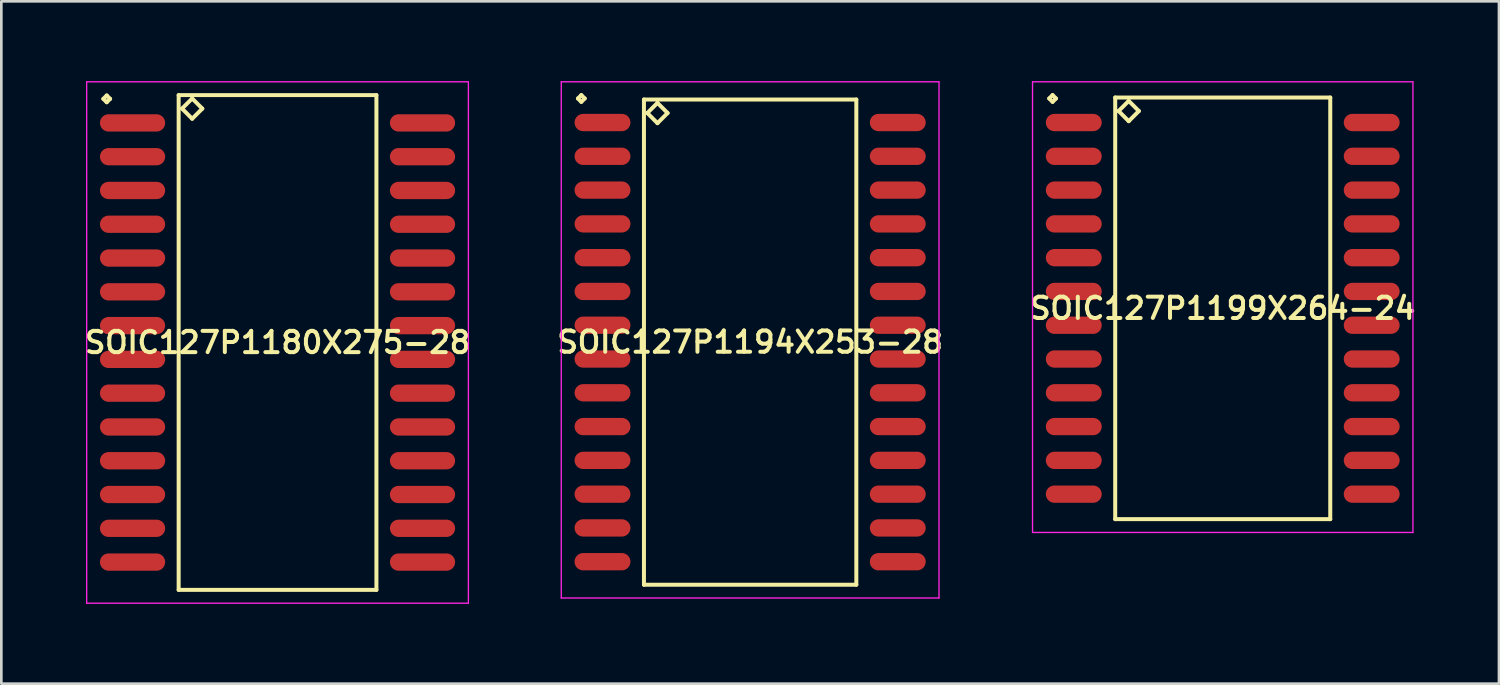
<source format=kicad_pcb>
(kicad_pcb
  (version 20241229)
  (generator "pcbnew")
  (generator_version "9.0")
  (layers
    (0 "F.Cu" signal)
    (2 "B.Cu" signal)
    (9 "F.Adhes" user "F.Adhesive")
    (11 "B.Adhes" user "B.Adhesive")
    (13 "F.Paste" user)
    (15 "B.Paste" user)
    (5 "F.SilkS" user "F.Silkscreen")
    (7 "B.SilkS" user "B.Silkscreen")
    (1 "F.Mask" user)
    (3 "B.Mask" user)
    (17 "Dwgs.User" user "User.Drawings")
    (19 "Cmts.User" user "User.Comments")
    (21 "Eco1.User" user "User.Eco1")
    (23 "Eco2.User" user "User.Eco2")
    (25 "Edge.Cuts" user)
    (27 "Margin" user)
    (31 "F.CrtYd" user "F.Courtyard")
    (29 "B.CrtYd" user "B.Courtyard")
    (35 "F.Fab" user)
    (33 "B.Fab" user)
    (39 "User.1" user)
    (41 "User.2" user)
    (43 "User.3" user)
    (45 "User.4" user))
  (footprint "SOIC127P1180X275-28"
    (layer "F.Cu")
    (at 7.383 9.825)
    (property "Reference" "SOIC127P1180X275-28" (at 0 0 0) (layer "F.SilkS") (effects (font (size 0.8 0.8) (thickness 0.15))))
    (attr smd)
    (fp_line (start -6.548 -9.159) (end -6.421 -9.286) (stroke (width 0.15) (type solid)) (layer "F.SilkS"))
    (fp_line (start -6.421 -9.286) (end -6.294 -9.159) (stroke (width 0.15) (type solid)) (layer "F.SilkS"))
    (fp_line (start -6.421 -9.032) (end -6.548 -9.159) (stroke (width 0.15) (type solid)) (layer "F.SilkS"))
    (fp_line (start -6.294 -9.159) (end -6.421 -9.032) (stroke (width 0.15) (type solid)) (layer "F.SilkS"))
    (fp_line (start -3.717 -9.3) (end -3.717 9.3) (stroke (width 0.15) (type solid)) (layer "F.SilkS"))
    (fp_line (start -3.717 9.3) (end 3.717 9.3) (stroke (width 0.15) (type solid)) (layer "F.SilkS"))
    (fp_line (start -3.59 -8.792) (end -3.209 -9.173) (stroke (width 0.15) (type solid)) (layer "F.SilkS"))
    (fp_line (start -3.209 -9.173) (end -2.828 -8.792) (stroke (width 0.15) (type solid)) (layer "F.SilkS"))
    (fp_line (start -3.209 -8.411) (end -3.59 -8.792) (stroke (width 0.15) (type solid)) (layer "F.SilkS"))
    (fp_line (start -2.828 -8.792) (end -3.209 -8.411) (stroke (width 0.15) (type solid)) (layer "F.SilkS"))
    (fp_line (start 3.717 -9.3) (end -3.717 -9.3) (stroke (width 0.15) (type solid)) (layer "F.SilkS"))
    (fp_line (start 3.717 9.3) (end 3.717 -9.3) (stroke (width 0.15) (type solid)) (layer "F.SilkS"))
    (fp_line (start -7.175 -9.8) (end 7.175 -9.8) (stroke (width 0.05) (type solid)) (layer "F.CrtYd"))
    (fp_line (start -7.175 9.8) (end -7.175 -9.8) (stroke (width 0.05) (type solid)) (layer "F.CrtYd"))
    (fp_line (start 7.175 -9.8) (end 7.175 9.8) (stroke (width 0.05) (type solid)) (layer "F.CrtYd"))
    (fp_line (start 7.175 9.8) (end -7.175 9.8) (stroke (width 0.05) (type solid)) (layer "F.CrtYd"))
    (pad "1" smd oval (at -5.45 -8.255) (size 2.45 0.65) (layers "F.Cu" "F.Mask" "F.Paste"))
    (pad "2" smd oval (at -5.45 -6.985) (size 2.45 0.65) (layers "F.Cu" "F.Mask" "F.Paste"))
    (pad "3" smd oval (at -5.45 -5.715) (size 2.45 0.65) (layers "F.Cu" "F.Mask" "F.Paste"))
    (pad "4" smd oval (at -5.45 -4.445) (size 2.45 0.65) (layers "F.Cu" "F.Mask" "F.Paste"))
    (pad "5" smd oval (at -5.45 -3.175) (size 2.45 0.65) (layers "F.Cu" "F.Mask" "F.Paste"))
    (pad "6" smd oval (at -5.45 -1.905) (size 2.45 0.65) (layers "F.Cu" "F.Mask" "F.Paste"))
    (pad "7" smd oval (at -5.45 -0.635) (size 2.45 0.65) (layers "F.Cu" "F.Mask" "F.Paste"))
    (pad "8" smd oval (at -5.45 0.635) (size 2.45 0.65) (layers "F.Cu" "F.Mask" "F.Paste"))
    (pad "9" smd oval (at -5.45 1.905) (size 2.45 0.65) (layers "F.Cu" "F.Mask" "F.Paste"))
    (pad "10" smd oval (at -5.45 3.175) (size 2.45 0.65) (layers "F.Cu" "F.Mask" "F.Paste"))
    (pad "11" smd oval (at -5.45 4.445) (size 2.45 0.65) (layers "F.Cu" "F.Mask" "F.Paste"))
    (pad "12" smd oval (at -5.45 5.715) (size 2.45 0.65) (layers "F.Cu" "F.Mask" "F.Paste"))
    (pad "13" smd oval (at -5.45 6.985) (size 2.45 0.65) (layers "F.Cu" "F.Mask" "F.Paste"))
    (pad "14" smd oval (at -5.45 8.255) (size 2.45 0.65) (layers "F.Cu" "F.Mask" "F.Paste"))
    (pad "15" smd oval (at 5.45 8.255) (size 2.45 0.65) (layers "F.Cu" "F.Mask" "F.Paste"))
    (pad "16" smd oval (at 5.45 6.985) (size 2.45 0.65) (layers "F.Cu" "F.Mask" "F.Paste"))
    (pad "17" smd oval (at 5.45 5.715) (size 2.45 0.65) (layers "F.Cu" "F.Mask" "F.Paste"))
    (pad "18" smd oval (at 5.45 4.445) (size 2.45 0.65) (layers "F.Cu" "F.Mask" "F.Paste"))
    (pad "19" smd oval (at 5.45 3.175) (size 2.45 0.65) (layers "F.Cu" "F.Mask" "F.Paste"))
    (pad "20" smd oval (at 5.45 1.905) (size 2.45 0.65) (layers "F.Cu" "F.Mask" "F.Paste"))
    (pad "21" smd oval (at 5.45 0.635) (size 2.45 0.65) (layers "F.Cu" "F.Mask" "F.Paste"))
    (pad "22" smd oval (at 5.45 -0.635) (size 2.45 0.65) (layers "F.Cu" "F.Mask" "F.Paste"))
    (pad "23" smd oval (at 5.45 -1.905) (size 2.45 0.65) (layers "F.Cu" "F.Mask" "F.Paste"))
    (pad "24" smd oval (at 5.45 -3.175) (size 2.45 0.65) (layers "F.Cu" "F.Mask" "F.Paste"))
    (pad "25" smd oval (at 5.45 -4.445) (size 2.45 0.65) (layers "F.Cu" "F.Mask" "F.Paste"))
    (pad "26" smd oval (at 5.45 -5.715) (size 2.45 0.65) (layers "F.Cu" "F.Mask" "F.Paste"))
    (pad "27" smd oval (at 5.45 -6.985) (size 2.45 0.65) (layers "F.Cu" "F.Mask" "F.Paste"))
    (pad "28" smd oval (at 5.45 -8.255) (size 2.45 0.65) (layers "F.Cu" "F.Mask" "F.Paste")))
  (footprint "SOIC127P1194X253-28"
    (layer "F.Cu")
    (at 25.149 9.811)
    (property "Reference" "SOIC127P1194X253-28" (at 0 0 0) (layer "F.SilkS") (effects (font (size 0.8 0.8) (thickness 0.15))))
    (attr smd)
    (fp_line (start -6.473 -9.159) (end -6.346 -9.286) (stroke (width 0.15) (type solid)) (layer "F.SilkS"))
    (fp_line (start -6.346 -9.286) (end -6.219 -9.159) (stroke (width 0.15) (type solid)) (layer "F.SilkS"))
    (fp_line (start -6.346 -9.032) (end -6.473 -9.159) (stroke (width 0.15) (type solid)) (layer "F.SilkS"))
    (fp_line (start -6.219 -9.159) (end -6.346 -9.032) (stroke (width 0.15) (type solid)) (layer "F.SilkS"))
    (fp_line (start -3.992 -9.12) (end -3.992 9.12) (stroke (width 0.15) (type solid)) (layer "F.SilkS"))
    (fp_line (start -3.992 9.12) (end 3.992 9.12) (stroke (width 0.15) (type solid)) (layer "F.SilkS"))
    (fp_line (start -3.865 -8.612) (end -3.484 -8.993) (stroke (width 0.15) (type solid)) (layer "F.SilkS"))
    (fp_line (start -3.484 -8.993) (end -3.103 -8.612) (stroke (width 0.15) (type solid)) (layer "F.SilkS"))
    (fp_line (start -3.484 -8.231) (end -3.865 -8.612) (stroke (width 0.15) (type solid)) (layer "F.SilkS"))
    (fp_line (start -3.103 -8.612) (end -3.484 -8.231) (stroke (width 0.15) (type solid)) (layer "F.SilkS"))
    (fp_line (start 3.992 -9.12) (end -3.992 -9.12) (stroke (width 0.15) (type solid)) (layer "F.SilkS"))
    (fp_line (start 3.992 9.12) (end 3.992 -9.12) (stroke (width 0.15) (type solid)) (layer "F.SilkS"))
    (fp_line (start -7.1 -9.786) (end 7.1 -9.786) (stroke (width 0.05) (type solid)) (layer "F.CrtYd"))
    (fp_line (start -7.1 9.62) (end -7.1 -9.786) (stroke (width 0.05) (type solid)) (layer "F.CrtYd"))
    (fp_line (start 7.1 -9.786) (end 7.1 9.62) (stroke (width 0.05) (type solid)) (layer "F.CrtYd"))
    (fp_line (start 7.1 9.62) (end -7.1 9.62) (stroke (width 0.05) (type solid)) (layer "F.CrtYd"))
    (pad "1" smd oval (at -5.55 -8.255) (size 2.1 0.65) (layers "F.Cu" "F.Mask" "F.Paste"))
    (pad "2" smd oval (at -5.55 -6.985) (size 2.1 0.65) (layers "F.Cu" "F.Mask" "F.Paste"))
    (pad "3" smd oval (at -5.55 -5.715) (size 2.1 0.65) (layers "F.Cu" "F.Mask" "F.Paste"))
    (pad "4" smd oval (at -5.55 -4.445) (size 2.1 0.65) (layers "F.Cu" "F.Mask" "F.Paste"))
    (pad "5" smd oval (at -5.55 -3.175) (size 2.1 0.65) (layers "F.Cu" "F.Mask" "F.Paste"))
    (pad "6" smd oval (at -5.55 -1.905) (size 2.1 0.65) (layers "F.Cu" "F.Mask" "F.Paste"))
    (pad "7" smd oval (at -5.55 -0.635) (size 2.1 0.65) (layers "F.Cu" "F.Mask" "F.Paste"))
    (pad "8" smd oval (at -5.55 0.635) (size 2.1 0.65) (layers "F.Cu" "F.Mask" "F.Paste"))
    (pad "9" smd oval (at -5.55 1.905) (size 2.1 0.65) (layers "F.Cu" "F.Mask" "F.Paste"))
    (pad "10" smd oval (at -5.55 3.175) (size 2.1 0.65) (layers "F.Cu" "F.Mask" "F.Paste"))
    (pad "11" smd oval (at -5.55 4.445) (size 2.1 0.65) (layers "F.Cu" "F.Mask" "F.Paste"))
    (pad "12" smd oval (at -5.55 5.715) (size 2.1 0.65) (layers "F.Cu" "F.Mask" "F.Paste"))
    (pad "13" smd oval (at -5.55 6.985) (size 2.1 0.65) (layers "F.Cu" "F.Mask" "F.Paste"))
    (pad "14" smd oval (at -5.55 8.255) (size 2.1 0.65) (layers "F.Cu" "F.Mask" "F.Paste"))
    (pad "15" smd oval (at 5.55 8.255) (size 2.1 0.65) (layers "F.Cu" "F.Mask" "F.Paste"))
    (pad "16" smd oval (at 5.55 6.985) (size 2.1 0.65) (layers "F.Cu" "F.Mask" "F.Paste"))
    (pad "17" smd oval (at 5.55 5.715) (size 2.1 0.65) (layers "F.Cu" "F.Mask" "F.Paste"))
    (pad "18" smd oval (at 5.55 4.445) (size 2.1 0.65) (layers "F.Cu" "F.Mask" "F.Paste"))
    (pad "19" smd oval (at 5.55 3.175) (size 2.1 0.65) (layers "F.Cu" "F.Mask" "F.Paste"))
    (pad "20" smd oval (at 5.55 1.905) (size 2.1 0.65) (layers "F.Cu" "F.Mask" "F.Paste"))
    (pad "21" smd oval (at 5.55 0.635) (size 2.1 0.65) (layers "F.Cu" "F.Mask" "F.Paste"))
    (pad "22" smd oval (at 5.55 -0.635) (size 2.1 0.65) (layers "F.Cu" "F.Mask" "F.Paste"))
    (pad "23" smd oval (at 5.55 -1.905) (size 2.1 0.65) (layers "F.Cu" "F.Mask" "F.Paste"))
    (pad "24" smd oval (at 5.55 -3.175) (size 2.1 0.65) (layers "F.Cu" "F.Mask" "F.Paste"))
    (pad "25" smd oval (at 5.55 -4.445) (size 2.1 0.65) (layers "F.Cu" "F.Mask" "F.Paste"))
    (pad "26" smd oval (at 5.55 -5.715) (size 2.1 0.65) (layers "F.Cu" "F.Mask" "F.Paste"))
    (pad "27" smd oval (at 5.55 -6.985) (size 2.1 0.65) (layers "F.Cu" "F.Mask" "F.Paste"))
    (pad "28" smd oval (at 5.55 -8.255) (size 2.1 0.65) (layers "F.Cu" "F.Mask" "F.Paste")))
  (footprint "SOIC127P1199X264-24"
    (layer "F.Cu")
    (at 42.915 8.541)
    (property "Reference" "SOIC127P1199X264-24" (at 0 0 0) (layer "F.SilkS") (effects (font (size 0.8 0.8) (thickness 0.15))))
    (attr smd)
    (fp_line (start -6.523 -7.889) (end -6.396 -8.016) (stroke (width 0.15) (type solid)) (layer "F.SilkS"))
    (fp_line (start -6.396 -8.016) (end -6.269 -7.889) (stroke (width 0.15) (type solid)) (layer "F.SilkS"))
    (fp_line (start -6.396 -7.762) (end -6.523 -7.889) (stroke (width 0.15) (type solid)) (layer "F.SilkS"))
    (fp_line (start -6.269 -7.889) (end -6.396 -7.762) (stroke (width 0.15) (type solid)) (layer "F.SilkS"))
    (fp_line (start -4.042 -7.925) (end -4.042 7.925) (stroke (width 0.15) (type solid)) (layer "F.SilkS"))
    (fp_line (start -4.042 7.925) (end 4.042 7.925) (stroke (width 0.15) (type solid)) (layer "F.SilkS"))
    (fp_line (start -3.915 -7.417) (end -3.534 -7.798) (stroke (width 0.15) (type solid)) (layer "F.SilkS"))
    (fp_line (start -3.534 -7.798) (end -3.153 -7.417) (stroke (width 0.15) (type solid)) (layer "F.SilkS"))
    (fp_line (start -3.534 -7.036) (end -3.915 -7.417) (stroke (width 0.15) (type solid)) (layer "F.SilkS"))
    (fp_line (start -3.153 -7.417) (end -3.534 -7.036) (stroke (width 0.15) (type solid)) (layer "F.SilkS"))
    (fp_line (start 4.042 -7.925) (end -4.042 -7.925) (stroke (width 0.15) (type solid)) (layer "F.SilkS"))
    (fp_line (start 4.042 7.925) (end 4.042 -7.925) (stroke (width 0.15) (type solid)) (layer "F.SilkS"))
    (fp_line (start -7.15 -8.516) (end 7.15 -8.516) (stroke (width 0.05) (type solid)) (layer "F.CrtYd"))
    (fp_line (start -7.15 8.425) (end -7.15 -8.516) (stroke (width 0.05) (type solid)) (layer "F.CrtYd"))
    (fp_line (start 7.15 -8.516) (end 7.15 8.425) (stroke (width 0.05) (type solid)) (layer "F.CrtYd"))
    (fp_line (start 7.15 8.425) (end -7.15 8.425) (stroke (width 0.05) (type solid)) (layer "F.CrtYd"))
    (pad "1" smd oval (at -5.6 -6.985) (size 2.1 0.65) (layers "F.Cu" "F.Mask" "F.Paste"))
    (pad "2" smd oval (at -5.6 -5.715) (size 2.1 0.65) (layers "F.Cu" "F.Mask" "F.Paste"))
    (pad "3" smd oval (at -5.6 -4.445) (size 2.1 0.65) (layers "F.Cu" "F.Mask" "F.Paste"))
    (pad "4" smd oval (at -5.6 -3.175) (size 2.1 0.65) (layers "F.Cu" "F.Mask" "F.Paste"))
    (pad "5" smd oval (at -5.6 -1.905) (size 2.1 0.65) (layers "F.Cu" "F.Mask" "F.Paste"))
    (pad "6" smd oval (at -5.6 -0.635) (size 2.1 0.65) (layers "F.Cu" "F.Mask" "F.Paste"))
    (pad "7" smd oval (at -5.6 0.635) (size 2.1 0.65) (layers "F.Cu" "F.Mask" "F.Paste"))
    (pad "8" smd oval (at -5.6 1.905) (size 2.1 0.65) (layers "F.Cu" "F.Mask" "F.Paste"))
    (pad "9" smd oval (at -5.6 3.175) (size 2.1 0.65) (layers "F.Cu" "F.Mask" "F.Paste"))
    (pad "10" smd oval (at -5.6 4.445) (size 2.1 0.65) (layers "F.Cu" "F.Mask" "F.Paste"))
    (pad "11" smd oval (at -5.6 5.715) (size 2.1 0.65) (layers "F.Cu" "F.Mask" "F.Paste"))
    (pad "12" smd oval (at -5.6 6.985) (size 2.1 0.65) (layers "F.Cu" "F.Mask" "F.Paste"))
    (pad "13" smd oval (at 5.6 6.985) (size 2.1 0.65) (layers "F.Cu" "F.Mask" "F.Paste"))
    (pad "14" smd oval (at 5.6 5.715) (size 2.1 0.65) (layers "F.Cu" "F.Mask" "F.Paste"))
    (pad "15" smd oval (at 5.6 4.445) (size 2.1 0.65) (layers "F.Cu" "F.Mask" "F.Paste"))
    (pad "16" smd oval (at 5.6 3.175) (size 2.1 0.65) (layers "F.Cu" "F.Mask" "F.Paste"))
    (pad "17" smd oval (at 5.6 1.905) (size 2.1 0.65) (layers "F.Cu" "F.Mask" "F.Paste"))
    (pad "18" smd oval (at 5.6 0.635) (size 2.1 0.65) (layers "F.Cu" "F.Mask" "F.Paste"))
    (pad "19" smd oval (at 5.6 -0.635) (size 2.1 0.65) (layers "F.Cu" "F.Mask" "F.Paste"))
    (pad "20" smd oval (at 5.6 -1.905) (size 2.1 0.65) (layers "F.Cu" "F.Mask" "F.Paste"))
    (pad "21" smd oval (at 5.6 -3.175) (size 2.1 0.65) (layers "F.Cu" "F.Mask" "F.Paste"))
    (pad "22" smd oval (at 5.6 -4.445) (size 2.1 0.65) (layers "F.Cu" "F.Mask" "F.Paste"))
    (pad "23" smd oval (at 5.6 -5.715) (size 2.1 0.65) (layers "F.Cu" "F.Mask" "F.Paste"))
    (pad "24" smd oval (at 5.6 -6.985) (size 2.1 0.65) (layers "F.Cu" "F.Mask" "F.Paste")))
  (gr_rect
    (start -3 -3)
    (end 53.299 22.65)
    (stroke (width 0.1) (type default))
    (fill no)
    (layer "Edge.Cuts")))
</source>
